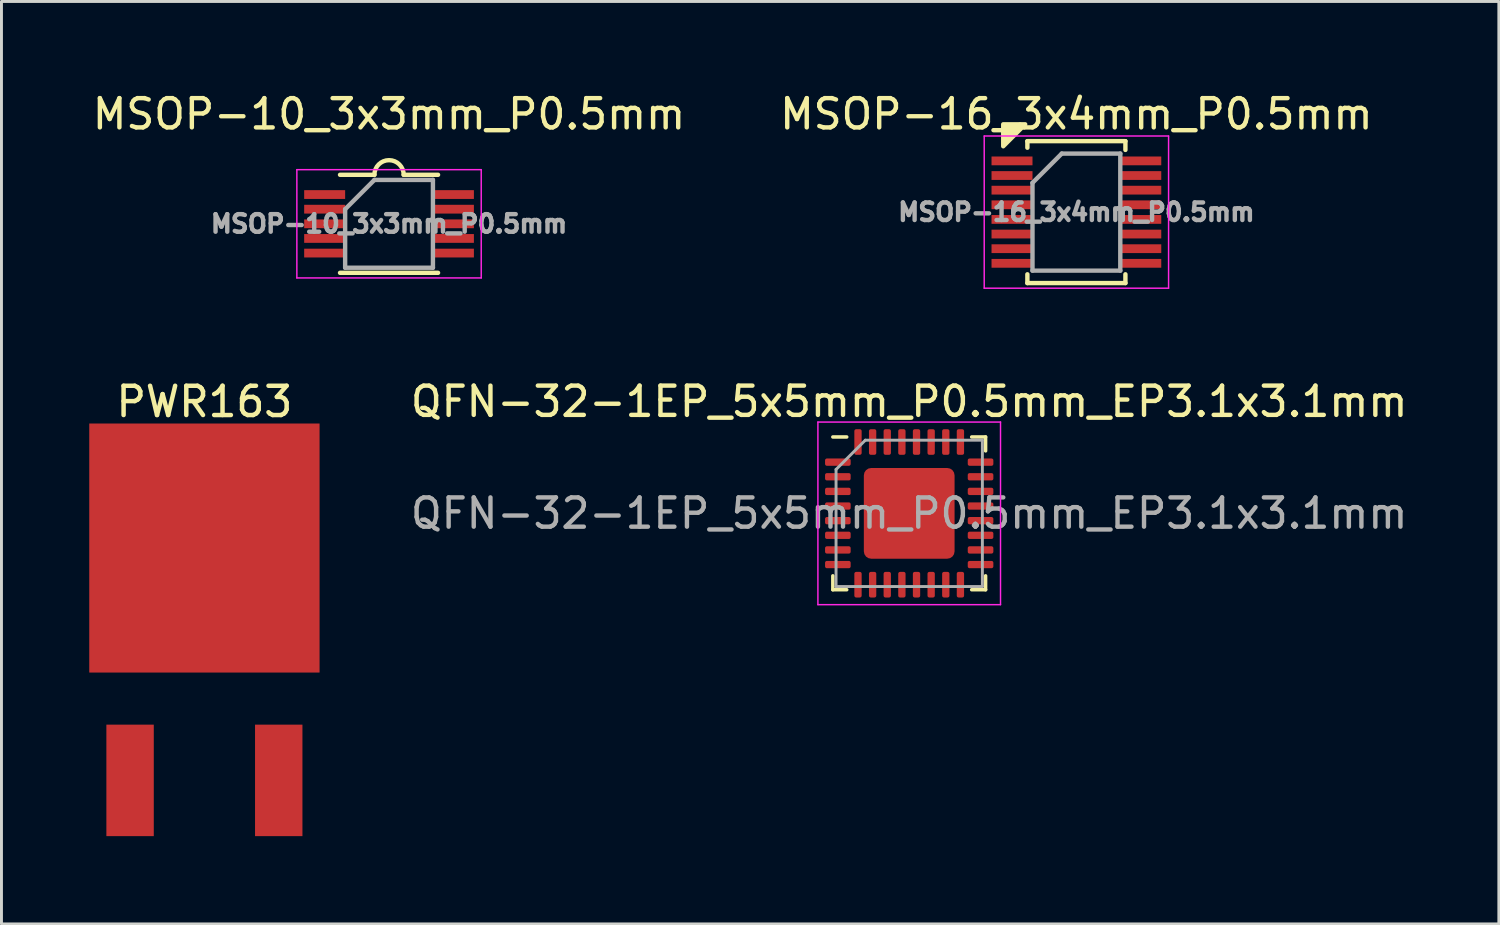
<source format=kicad_pcb>
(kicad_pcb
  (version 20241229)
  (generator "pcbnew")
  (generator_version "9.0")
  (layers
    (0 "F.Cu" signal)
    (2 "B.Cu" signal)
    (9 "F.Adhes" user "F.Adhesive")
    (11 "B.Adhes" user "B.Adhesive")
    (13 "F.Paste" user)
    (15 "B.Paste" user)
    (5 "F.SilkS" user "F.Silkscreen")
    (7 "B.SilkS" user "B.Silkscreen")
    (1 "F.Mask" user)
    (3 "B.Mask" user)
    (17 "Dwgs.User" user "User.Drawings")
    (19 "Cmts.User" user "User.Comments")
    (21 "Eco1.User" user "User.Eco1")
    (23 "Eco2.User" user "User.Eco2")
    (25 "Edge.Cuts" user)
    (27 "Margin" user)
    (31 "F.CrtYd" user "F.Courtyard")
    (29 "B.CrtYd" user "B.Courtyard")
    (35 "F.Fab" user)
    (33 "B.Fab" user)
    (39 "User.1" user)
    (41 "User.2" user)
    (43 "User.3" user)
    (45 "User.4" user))
  (footprint "MSOP-10_3x3mm_P0.5mm"
    (layer "F.Cu")
    (at 10.244 4.598)
    (property "Reference" "MSOP-10_3x3mm_P0.5mm" (at 0 -3.75 0) (layer "F.SilkS") (effects (font (size 1 1) (thickness 0.15))))
    (attr smd)
    (fp_line (start -1.675 1.675) (end 1.675 1.675) (stroke (width 0.15) (type solid)) (layer "F.SilkS"))
    (fp_line (start -0.5 -1.675) (end -1.675 -1.675) (stroke (width 0.15) (type solid)) (layer "F.SilkS"))
    (fp_line (start 0.5 -1.675) (end 1.675 -1.675) (stroke (width 0.15) (type solid)) (layer "F.SilkS"))
    (fp_arc (start -0.5 -1.675) (mid 0 -2.175) (end 0.5 -1.675) (stroke (width 0.15) (type solid)) (layer "F.SilkS"))
    (fp_line (start -3.15 -1.85) (end -3.15 1.85) (stroke (width 0.05) (type solid)) (layer "F.CrtYd"))
    (fp_line (start -3.15 -1.85) (end 3.15 -1.85) (stroke (width 0.05) (type solid)) (layer "F.CrtYd"))
    (fp_line (start -3.15 1.85) (end 3.15 1.85) (stroke (width 0.05) (type solid)) (layer "F.CrtYd"))
    (fp_line (start 3.15 -1.85) (end 3.15 1.85) (stroke (width 0.05) (type solid)) (layer "F.CrtYd"))
    (fp_line (start -1.5 -0.5) (end -0.5 -1.5) (stroke (width 0.15) (type solid)) (layer "F.Fab"))
    (fp_line (start -1.5 1.5) (end -1.5 -0.5) (stroke (width 0.15) (type solid)) (layer "F.Fab"))
    (fp_line (start -0.5 -1.5) (end 1.5 -1.5) (stroke (width 0.15) (type solid)) (layer "F.Fab"))
    (fp_line (start 1.5 -1.5) (end 1.5 1.5) (stroke (width 0.15) (type solid)) (layer "F.Fab"))
    (fp_line (start 1.5 1.5) (end -1.5 1.5) (stroke (width 0.15) (type solid)) (layer "F.Fab"))
    (fp_text user "${REFERENCE}" (at 0 0 0) (layer "F.Fab") (effects (font (size 0.6 0.6) (thickness 0.15))))
    (pad "1" smd rect (at -2.2 -1) (size 1.4 0.3) (layers "F.Cu" "F.Mask" "F.Paste"))
    (pad "2" smd rect (at -2.2 -0.5) (size 1.4 0.3) (layers "F.Cu" "F.Mask" "F.Paste"))
    (pad "3" smd rect (at -2.2 0) (size 1.4 0.3) (layers "F.Cu" "F.Mask" "F.Paste"))
    (pad "4" smd rect (at -2.2 0.5) (size 1.4 0.3) (layers "F.Cu" "F.Mask" "F.Paste"))
    (pad "5" smd rect (at -2.2 1) (size 1.4 0.3) (layers "F.Cu" "F.Mask" "F.Paste"))
    (pad "6" smd rect (at 2.2 1) (size 1.4 0.3) (layers "F.Cu" "F.Mask" "F.Paste"))
    (pad "7" smd rect (at 2.2 0.5) (size 1.4 0.3) (layers "F.Cu" "F.Mask" "F.Paste"))
    (pad "8" smd rect (at 2.2 0) (size 1.4 0.3) (layers "F.Cu" "F.Mask" "F.Paste"))
    (pad "9" smd rect (at 2.2 -0.5) (size 1.4 0.3) (layers "F.Cu" "F.Mask" "F.Paste"))
    (pad "10" smd rect (at 2.2 -1) (size 1.4 0.3) (layers "F.Cu" "F.Mask" "F.Paste")))
  (footprint "PWR163"
    (layer "F.Cu")
    (at 3.935 15.677)
    (property "Reference" "PWR163" (at 0 -5 0) (layer "F.SilkS") (effects (font (size 1 1) (thickness 0.153))))
    (attr through_hole)
    (pad "1" smd rect (at 0 0) (size 7.87 8.51) (layers "F.Cu" "F.Mask" "F.Paste"))
    (pad "2" smd rect (at -2.54 7.94) (size 1.62 3.81) (layers "F.Cu" "F.Mask" "F.Paste"))
    (pad "2" smd rect (at 2.54 7.94) (size 1.62 3.81) (layers "F.Cu" "F.Mask" "F.Paste")))
  (footprint "MSOP-16_3x4mm_P0.5mm"
    (layer "F.Cu")
    (at 33.732 4.198)
    (property "Reference" "MSOP-16_3x4mm_P0.5mm" (at 0 -3.35 0) (layer "F.SilkS") (effects (font (size 1 1) (thickness 0.15))))
    (attr smd)
    (fp_line (start -1.675 -2.425) (end -1.675 -2.2) (stroke (width 0.15) (type solid)) (layer "F.SilkS"))
    (fp_line (start -1.675 -2.425) (end 1.675 -2.425) (stroke (width 0.15) (type solid)) (layer "F.SilkS"))
    (fp_line (start -1.675 2.425) (end -1.675 2.125) (stroke (width 0.15) (type solid)) (layer "F.SilkS"))
    (fp_line (start -1.675 2.425) (end 1.675 2.425) (stroke (width 0.15) (type solid)) (layer "F.SilkS"))
    (fp_line (start 1.675 -2.425) (end 1.675 -2.125) (stroke (width 0.15) (type solid)) (layer "F.SilkS"))
    (fp_line (start 1.675 2.425) (end 1.675 2.125) (stroke (width 0.15) (type solid)) (layer "F.SilkS"))
    (fp_poly (pts (xy -2.5 -2.25) (xy -1.75 -3) (xy -2.5 -3)) (stroke (width 0.15) (type solid)) (fill yes) (layer "F.SilkS"))
    (fp_line (start -3.15 -2.6) (end -3.15 2.6) (stroke (width 0.05) (type solid)) (layer "F.CrtYd"))
    (fp_line (start -3.15 -2.6) (end 3.15 -2.6) (stroke (width 0.05) (type solid)) (layer "F.CrtYd"))
    (fp_line (start -3.15 2.6) (end 3.15 2.6) (stroke (width 0.05) (type solid)) (layer "F.CrtYd"))
    (fp_line (start 3.15 -2.6) (end 3.15 2.6) (stroke (width 0.05) (type solid)) (layer "F.CrtYd"))
    (fp_line (start -1.5 -1) (end -0.5 -2) (stroke (width 0.15) (type solid)) (layer "F.Fab"))
    (fp_line (start -1.5 2) (end -1.5 -1) (stroke (width 0.15) (type solid)) (layer "F.Fab"))
    (fp_line (start -0.5 -2) (end 1.5 -2) (stroke (width 0.15) (type solid)) (layer "F.Fab"))
    (fp_line (start 1.5 -2) (end 1.5 2) (stroke (width 0.15) (type solid)) (layer "F.Fab"))
    (fp_line (start 1.5 2) (end -1.5 2) (stroke (width 0.15) (type solid)) (layer "F.Fab"))
    (fp_text user "${REFERENCE}" (at 0 0 0) (layer "F.Fab") (effects (font (size 0.6 0.6) (thickness 0.15))))
    (pad "1" smd rect (at -2.2 -1.75) (size 1.4 0.3) (layers "F.Cu" "F.Mask" "F.Paste"))
    (pad "2" smd rect (at -2.2 -1.25) (size 1.4 0.3) (layers "F.Cu" "F.Mask" "F.Paste"))
    (pad "3" smd rect (at -2.2 -0.75) (size 1.4 0.3) (layers "F.Cu" "F.Mask" "F.Paste"))
    (pad "4" smd rect (at -2.2 -0.25) (size 1.4 0.3) (layers "F.Cu" "F.Mask" "F.Paste"))
    (pad "5" smd rect (at -2.2 0.25) (size 1.4 0.3) (layers "F.Cu" "F.Mask" "F.Paste"))
    (pad "6" smd rect (at -2.2 0.75) (size 1.4 0.3) (layers "F.Cu" "F.Mask" "F.Paste"))
    (pad "7" smd rect (at -2.2 1.25) (size 1.4 0.3) (layers "F.Cu" "F.Mask" "F.Paste"))
    (pad "8" smd rect (at -2.2 1.75) (size 1.4 0.3) (layers "F.Cu" "F.Mask" "F.Paste"))
    (pad "9" smd rect (at 2.2 1.75) (size 1.4 0.3) (layers "F.Cu" "F.Mask" "F.Paste"))
    (pad "10" smd rect (at 2.2 1.25) (size 1.4 0.3) (layers "F.Cu" "F.Mask" "F.Paste"))
    (pad "11" smd rect (at 2.2 0.75) (size 1.4 0.3) (layers "F.Cu" "F.Mask" "F.Paste"))
    (pad "12" smd rect (at 2.2 0.25) (size 1.4 0.3) (layers "F.Cu" "F.Mask" "F.Paste"))
    (pad "13" smd rect (at 2.2 -0.25) (size 1.4 0.3) (layers "F.Cu" "F.Mask" "F.Paste"))
    (pad "14" smd rect (at 2.2 -0.75) (size 1.4 0.3) (layers "F.Cu" "F.Mask" "F.Paste"))
    (pad "15" smd rect (at 2.2 -1.25) (size 1.4 0.3) (layers "F.Cu" "F.Mask" "F.Paste"))
    (pad "16" smd rect (at 2.2 -1.75) (size 1.4 0.3) (layers "F.Cu" "F.Mask" "F.Paste")))
  (footprint "QFN-32-1EP_5x5mm_P0.5mm_EP3.1x3.1mm"
    (layer "F.Cu")
    (at 28.019 14.492)
    (property "Reference" "QFN-32-1EP_5x5mm_P0.5mm_EP3.1x3.1mm" (at 0 -3.82 0) (layer "F.SilkS") (effects (font (size 1 1) (thickness 0.15))))
    (attr smd)
    (fp_line (start -2.61 2.61) (end -2.61 2.135) (stroke (width 0.12) (type solid)) (layer "F.SilkS"))
    (fp_line (start -2.135 -2.61) (end -2.61 -2.61) (stroke (width 0.12) (type solid)) (layer "F.SilkS"))
    (fp_line (start -2.135 2.61) (end -2.61 2.61) (stroke (width 0.12) (type solid)) (layer "F.SilkS"))
    (fp_line (start 2.135 -2.61) (end 2.61 -2.61) (stroke (width 0.12) (type solid)) (layer "F.SilkS"))
    (fp_line (start 2.135 2.61) (end 2.61 2.61) (stroke (width 0.12) (type solid)) (layer "F.SilkS"))
    (fp_line (start 2.61 -2.61) (end 2.61 -2.135) (stroke (width 0.12) (type solid)) (layer "F.SilkS"))
    (fp_line (start 2.61 2.61) (end 2.61 2.135) (stroke (width 0.12) (type solid)) (layer "F.SilkS"))
    (fp_line (start -3.12 -3.12) (end -3.12 3.12) (stroke (width 0.05) (type solid)) (layer "F.CrtYd"))
    (fp_line (start -3.12 3.12) (end 3.12 3.12) (stroke (width 0.05) (type solid)) (layer "F.CrtYd"))
    (fp_line (start 3.12 -3.12) (end -3.12 -3.12) (stroke (width 0.05) (type solid)) (layer "F.CrtYd"))
    (fp_line (start 3.12 3.12) (end 3.12 -3.12) (stroke (width 0.05) (type solid)) (layer "F.CrtYd"))
    (fp_line (start -2.5 -1.5) (end -1.5 -2.5) (stroke (width 0.1) (type solid)) (layer "F.Fab"))
    (fp_line (start -2.5 2.5) (end -2.5 -1.5) (stroke (width 0.1) (type solid)) (layer "F.Fab"))
    (fp_line (start -1.5 -2.5) (end 2.5 -2.5) (stroke (width 0.1) (type solid)) (layer "F.Fab"))
    (fp_line (start 2.5 -2.5) (end 2.5 2.5) (stroke (width 0.1) (type solid)) (layer "F.Fab"))
    (fp_line (start 2.5 2.5) (end -2.5 2.5) (stroke (width 0.1) (type solid)) (layer "F.Fab"))
    (fp_text user "${REFERENCE}" (at 0 0 0) (layer "F.Fab") (effects (font (size 1 1) (thickness 0.15))))
    (pad "" smd roundrect (at -1.03 -1.03) (size 0.83 0.83) (layers "F.Paste") (roundrect_rratio 0.25))
    (pad "" smd roundrect (at -1.03 0) (size 0.83 0.83) (layers "F.Paste") (roundrect_rratio 0.25))
    (pad "" smd roundrect (at -1.03 1.03) (size 0.83 0.83) (layers "F.Paste") (roundrect_rratio 0.25))
    (pad "" smd roundrect (at 0 -1.03) (size 0.83 0.83) (layers "F.Paste") (roundrect_rratio 0.25))
    (pad "" smd roundrect (at 0 0) (size 0.83 0.83) (layers "F.Paste") (roundrect_rratio 0.25))
    (pad "" smd roundrect (at 0 1.03) (size 0.83 0.83) (layers "F.Paste") (roundrect_rratio 0.25))
    (pad "" smd roundrect (at 1.03 -1.03) (size 0.83 0.83) (layers "F.Paste") (roundrect_rratio 0.25))
    (pad "" smd roundrect (at 1.03 0) (size 0.83 0.83) (layers "F.Paste") (roundrect_rratio 0.25))
    (pad "" smd roundrect (at 1.03 1.03) (size 0.83 0.83) (layers "F.Paste") (roundrect_rratio 0.25))
    (pad "1" smd roundrect (at -2.438 -1.75) (size 0.875 0.25) (layers "F.Cu" "F.Mask" "F.Paste") (roundrect_rratio 0.25))
    (pad "2" smd roundrect (at -2.438 -1.25) (size 0.875 0.25) (layers "F.Cu" "F.Mask" "F.Paste") (roundrect_rratio 0.25))
    (pad "3" smd roundrect (at -2.438 -0.75) (size 0.875 0.25) (layers "F.Cu" "F.Mask" "F.Paste") (roundrect_rratio 0.25))
    (pad "4" smd roundrect (at -2.438 -0.25) (size 0.875 0.25) (layers "F.Cu" "F.Mask" "F.Paste") (roundrect_rratio 0.25))
    (pad "5" smd roundrect (at -2.438 0.25) (size 0.875 0.25) (layers "F.Cu" "F.Mask" "F.Paste") (roundrect_rratio 0.25))
    (pad "6" smd roundrect (at -2.438 0.75) (size 0.875 0.25) (layers "F.Cu" "F.Mask" "F.Paste") (roundrect_rratio 0.25))
    (pad "7" smd roundrect (at -2.438 1.25) (size 0.875 0.25) (layers "F.Cu" "F.Mask" "F.Paste") (roundrect_rratio 0.25))
    (pad "8" smd roundrect (at -2.438 1.75) (size 0.875 0.25) (layers "F.Cu" "F.Mask" "F.Paste") (roundrect_rratio 0.25))
    (pad "9" smd roundrect (at -1.75 2.438) (size 0.25 0.875) (layers "F.Cu" "F.Mask" "F.Paste") (roundrect_rratio 0.25))
    (pad "10" smd roundrect (at -1.25 2.438) (size 0.25 0.875) (layers "F.Cu" "F.Mask" "F.Paste") (roundrect_rratio 0.25))
    (pad "11" smd roundrect (at -0.75 2.438) (size 0.25 0.875) (layers "F.Cu" "F.Mask" "F.Paste") (roundrect_rratio 0.25))
    (pad "12" smd roundrect (at -0.25 2.438) (size 0.25 0.875) (layers "F.Cu" "F.Mask" "F.Paste") (roundrect_rratio 0.25))
    (pad "13" smd roundrect (at 0.25 2.438) (size 0.25 0.875) (layers "F.Cu" "F.Mask" "F.Paste") (roundrect_rratio 0.25))
    (pad "14" smd roundrect (at 0.75 2.438) (size 0.25 0.875) (layers "F.Cu" "F.Mask" "F.Paste") (roundrect_rratio 0.25))
    (pad "15" smd roundrect (at 1.25 2.438) (size 0.25 0.875) (layers "F.Cu" "F.Mask" "F.Paste") (roundrect_rratio 0.25))
    (pad "16" smd roundrect (at 1.75 2.438) (size 0.25 0.875) (layers "F.Cu" "F.Mask" "F.Paste") (roundrect_rratio 0.25))
    (pad "17" smd roundrect (at 2.438 1.75) (size 0.875 0.25) (layers "F.Cu" "F.Mask" "F.Paste") (roundrect_rratio 0.25))
    (pad "18" smd roundrect (at 2.438 1.25) (size 0.875 0.25) (layers "F.Cu" "F.Mask" "F.Paste") (roundrect_rratio 0.25))
    (pad "19" smd roundrect (at 2.438 0.75) (size 0.875 0.25) (layers "F.Cu" "F.Mask" "F.Paste") (roundrect_rratio 0.25))
    (pad "20" smd roundrect (at 2.438 0.25) (size 0.875 0.25) (layers "F.Cu" "F.Mask" "F.Paste") (roundrect_rratio 0.25))
    (pad "21" smd roundrect (at 2.438 -0.25) (size 0.875 0.25) (layers "F.Cu" "F.Mask" "F.Paste") (roundrect_rratio 0.25))
    (pad "22" smd roundrect (at 2.438 -0.75) (size 0.875 0.25) (layers "F.Cu" "F.Mask" "F.Paste") (roundrect_rratio 0.25))
    (pad "23" smd roundrect (at 2.438 -1.25) (size 0.875 0.25) (layers "F.Cu" "F.Mask" "F.Paste") (roundrect_rratio 0.25))
    (pad "24" smd roundrect (at 2.438 -1.75) (size 0.875 0.25) (layers "F.Cu" "F.Mask" "F.Paste") (roundrect_rratio 0.25))
    (pad "25" smd roundrect (at 1.75 -2.438) (size 0.25 0.875) (layers "F.Cu" "F.Mask" "F.Paste") (roundrect_rratio 0.25))
    (pad "26" smd roundrect (at 1.25 -2.438) (size 0.25 0.875) (layers "F.Cu" "F.Mask" "F.Paste") (roundrect_rratio 0.25))
    (pad "27" smd roundrect (at 0.75 -2.438) (size 0.25 0.875) (layers "F.Cu" "F.Mask" "F.Paste") (roundrect_rratio 0.25))
    (pad "28" smd roundrect (at 0.25 -2.438) (size 0.25 0.875) (layers "F.Cu" "F.Mask" "F.Paste") (roundrect_rratio 0.25))
    (pad "29" smd roundrect (at -0.25 -2.438) (size 0.25 0.875) (layers "F.Cu" "F.Mask" "F.Paste") (roundrect_rratio 0.25))
    (pad "30" smd roundrect (at -0.75 -2.438) (size 0.25 0.875) (layers "F.Cu" "F.Mask" "F.Paste") (roundrect_rratio 0.25))
    (pad "31" smd roundrect (at -1.25 -2.438) (size 0.25 0.875) (layers "F.Cu" "F.Mask" "F.Paste") (roundrect_rratio 0.25))
    (pad "32" smd roundrect (at -1.75 -2.438) (size 0.25 0.875) (layers "F.Cu" "F.Mask" "F.Paste") (roundrect_rratio 0.25))
    (pad "33" smd roundrect (at 0 0) (size 3.1 3.1) (layers "F.Cu" "F.Mask") (roundrect_rratio 0.081)))
  (gr_rect
    (start -3 -3)
    (end 48.168 28.522)
    (stroke (width 0.1) (type default))
    (fill no)
    (layer "Edge.Cuts")))
</source>
